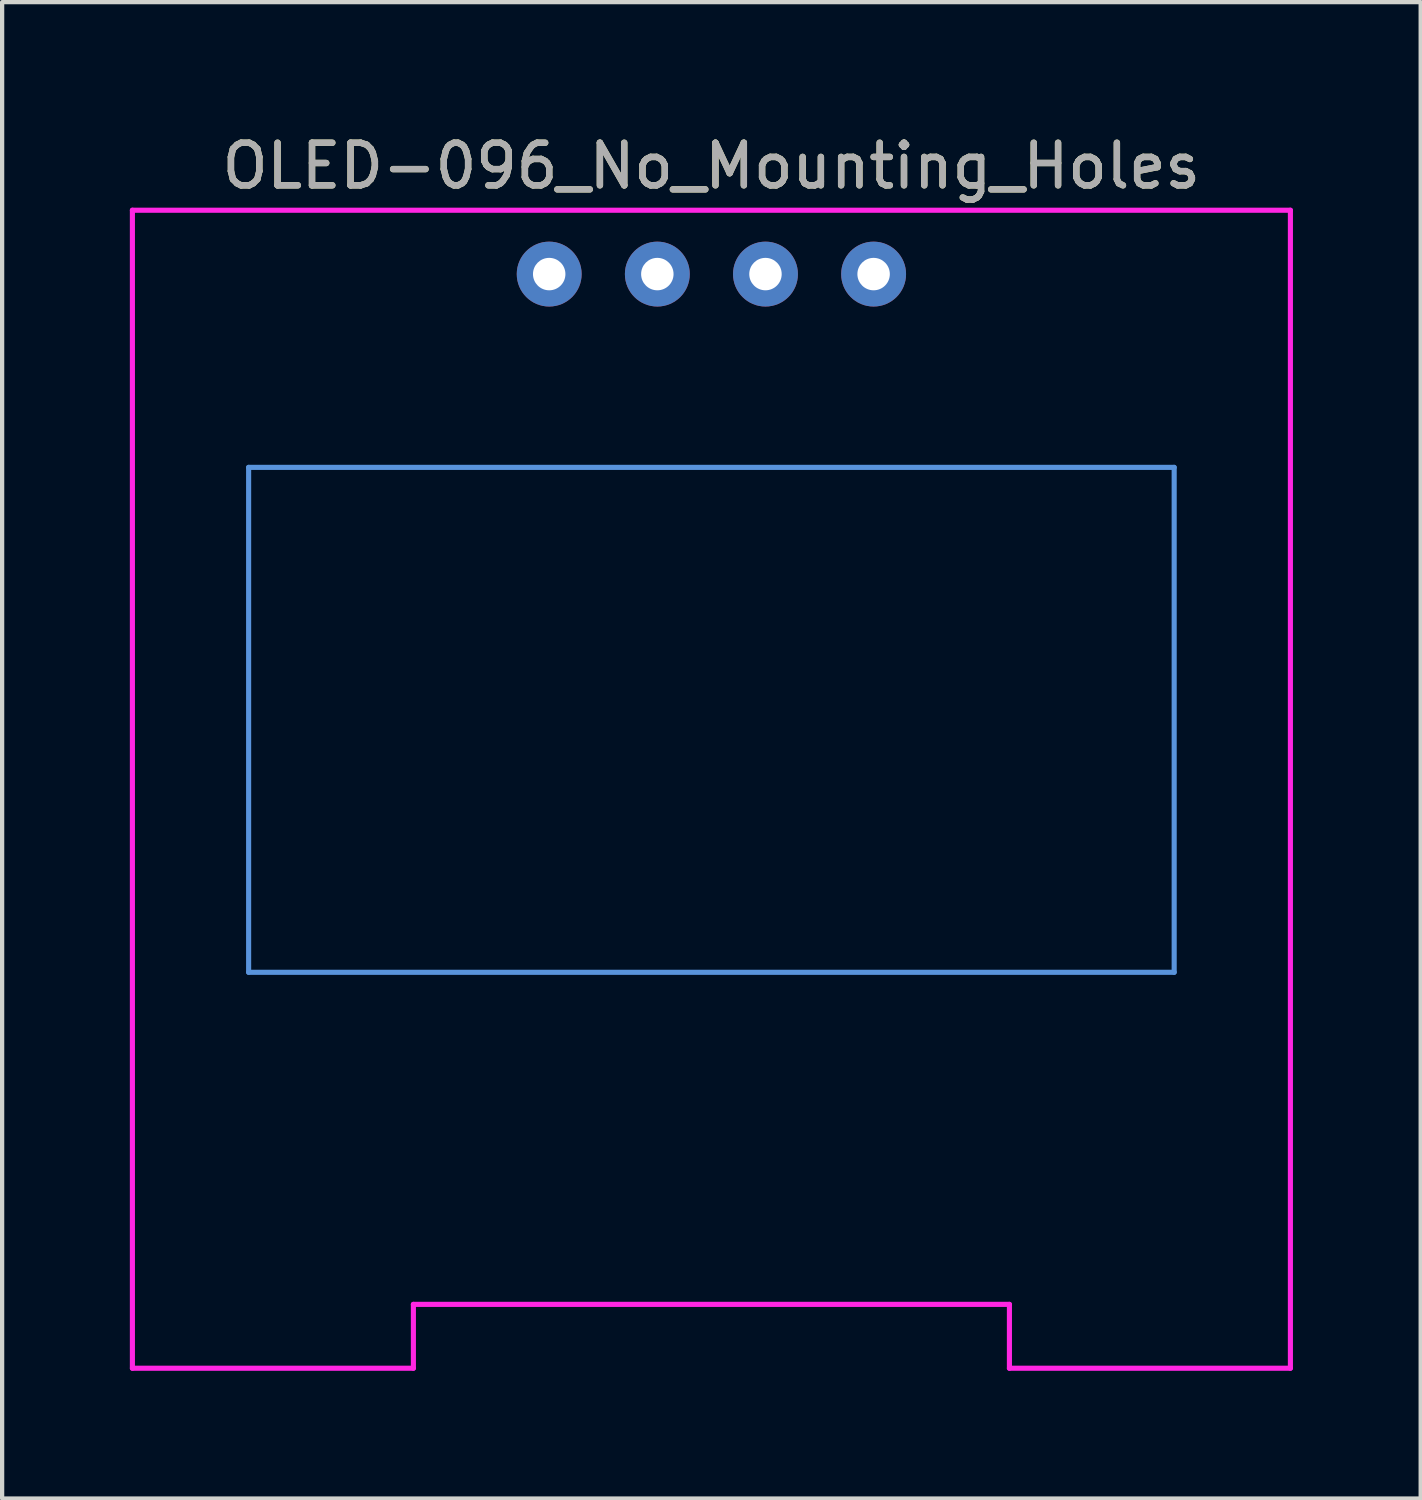
<source format=kicad_pcb>
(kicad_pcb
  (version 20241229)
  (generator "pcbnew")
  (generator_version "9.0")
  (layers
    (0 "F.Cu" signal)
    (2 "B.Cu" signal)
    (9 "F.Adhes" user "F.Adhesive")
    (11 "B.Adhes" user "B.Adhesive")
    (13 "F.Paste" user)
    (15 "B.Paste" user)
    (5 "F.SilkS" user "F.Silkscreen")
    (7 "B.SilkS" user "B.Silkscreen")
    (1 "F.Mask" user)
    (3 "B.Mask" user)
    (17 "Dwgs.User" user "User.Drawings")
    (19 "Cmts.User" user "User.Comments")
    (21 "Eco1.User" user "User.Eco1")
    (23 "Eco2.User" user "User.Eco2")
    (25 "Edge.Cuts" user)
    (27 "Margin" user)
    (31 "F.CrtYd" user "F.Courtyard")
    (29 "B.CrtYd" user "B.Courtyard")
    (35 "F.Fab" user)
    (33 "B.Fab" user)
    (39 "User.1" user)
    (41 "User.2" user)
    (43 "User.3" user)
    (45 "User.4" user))
  (footprint "OLED-096_No_Mounting_Holes"
    (layer "F.Cu")
    (at 9.85 3.388)
    (property "Reference" "OLED-096_No_Mounting_Holes" (at 3.81 -2.54 0) (layer "F.SilkS") (effects (font (size 1 1) (thickness 0.15))))
    (attr through_hole)
    (fp_line (start -7.06 4.54) (end -7.06 16.4) (stroke (width 0.12) (type solid)) (layer "Cmts.User"))
    (fp_line (start -7.06 16.4) (end 14.68 16.4) (stroke (width 0.12) (type solid)) (layer "Cmts.User"))
    (fp_line (start 14.68 4.54) (end -7.06 4.54) (stroke (width 0.12) (type solid)) (layer "Cmts.User"))
    (fp_line (start 14.68 16.4) (end 14.68 4.54) (stroke (width 0.12) (type solid)) (layer "Cmts.User"))
    (fp_line (start -9.79 -1.5) (end -9.79 25.7) (stroke (width 0.12) (type solid)) (layer "F.CrtYd"))
    (fp_line (start -9.79 -1.5) (end 17.41 -1.5) (stroke (width 0.12) (type solid)) (layer "F.CrtYd"))
    (fp_line (start -9.79 25.7) (end -3.19 25.7) (stroke (width 0.12) (type solid)) (layer "F.CrtYd"))
    (fp_line (start -3.19 24.2) (end 10.81 24.2) (stroke (width 0.12) (type solid)) (layer "F.CrtYd"))
    (fp_line (start -3.19 25.7) (end -3.19 24.2) (stroke (width 0.12) (type solid)) (layer "F.CrtYd"))
    (fp_line (start 10.81 24.2) (end 10.81 25.7) (stroke (width 0.12) (type solid)) (layer "F.CrtYd"))
    (fp_line (start 10.81 25.7) (end 17.41 25.7) (stroke (width 0.12) (type solid)) (layer "F.CrtYd"))
    (fp_line (start 17.41 25.7) (end 17.41 -1.5) (stroke (width 0.12) (type solid)) (layer "F.CrtYd"))
    (fp_text user "${REFERENCE}" (at 3.81 -2.54 0) (layer "F.Fab") (effects (font (size 1 1) (thickness 0.15))))
    (pad "1" thru_hole circle (at 0 0) (size 1.524 1.524) (drill 0.762) (layers "*.Cu" "*.Mask"))
    (pad "2" thru_hole circle (at 2.54 0) (size 1.524 1.524) (drill 0.762) (layers "*.Cu" "*.Mask"))
    (pad "3" thru_hole circle (at 5.08 0) (size 1.524 1.524) (drill 0.762) (layers "*.Cu" "*.Mask"))
    (pad "4" thru_hole circle (at 7.62 0) (size 1.524 1.524) (drill 0.762) (layers "*.Cu" "*.Mask")))
  (gr_rect
    (start -3 -3)
    (end 30.32 32.148)
    (stroke (width 0.1) (type default))
    (fill no)
    (layer "Edge.Cuts")))
</source>
